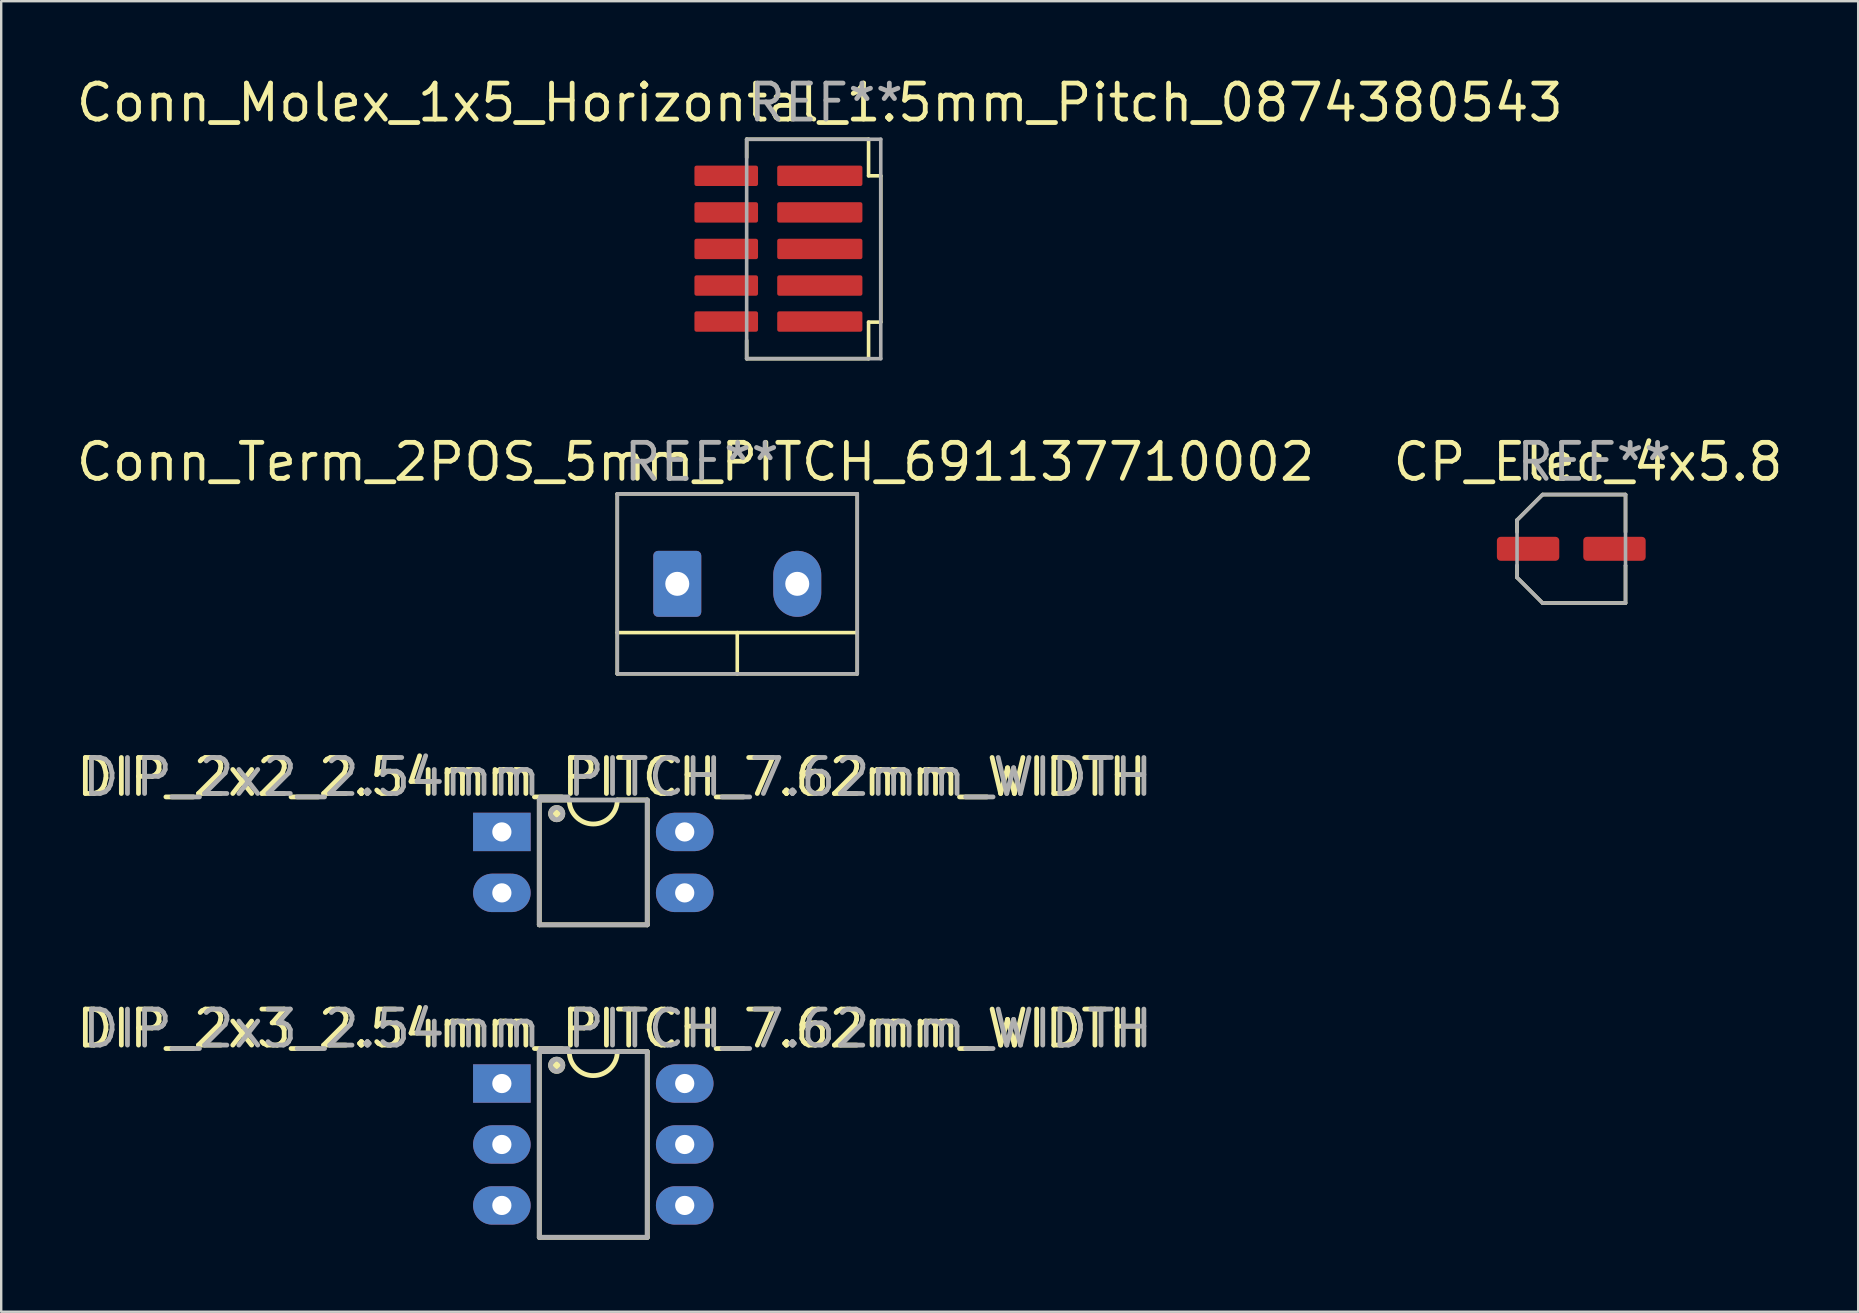
<source format=kicad_pcb>
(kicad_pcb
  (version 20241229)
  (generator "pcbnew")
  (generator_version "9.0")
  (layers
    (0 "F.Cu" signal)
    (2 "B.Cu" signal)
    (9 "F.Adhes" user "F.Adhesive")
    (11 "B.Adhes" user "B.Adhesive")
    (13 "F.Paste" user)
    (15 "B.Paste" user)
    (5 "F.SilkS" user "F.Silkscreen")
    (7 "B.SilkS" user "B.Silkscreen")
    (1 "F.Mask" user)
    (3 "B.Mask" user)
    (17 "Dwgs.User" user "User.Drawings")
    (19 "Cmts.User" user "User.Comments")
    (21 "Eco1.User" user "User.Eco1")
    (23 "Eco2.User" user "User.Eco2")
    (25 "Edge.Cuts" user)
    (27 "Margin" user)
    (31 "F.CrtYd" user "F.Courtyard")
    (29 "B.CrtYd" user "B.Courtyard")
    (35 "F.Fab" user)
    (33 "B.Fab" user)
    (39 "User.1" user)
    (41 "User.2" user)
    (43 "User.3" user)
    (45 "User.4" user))
  (footprint "CP_Elec_4x5.8"
    (layer "F.Cu")
    (at 62.43 19.82)
    (property "Reference" "CP_Elec_4x5.8" (at 0.699 -3.619 0) (layer "F.SilkS") (effects (font (size 1.5 1.5) (thickness 0.2))))
    (attr smd)
    (fp_line (start -2.26 -1.196) (end -2.26 -0.699) (stroke (width 0.15) (type solid)) (layer "F.SilkS"))
    (fp_line (start -2.26 -1.196) (end -1.196 -2.26) (stroke (width 0.15) (type solid)) (layer "F.SilkS"))
    (fp_line (start -2.26 1.196) (end -2.26 0.699) (stroke (width 0.15) (type solid)) (layer "F.SilkS"))
    (fp_line (start -2.26 1.196) (end -1.196 2.26) (stroke (width 0.15) (type solid)) (layer "F.SilkS"))
    (fp_line (start -1.196 -2.26) (end 2.26 -2.26) (stroke (width 0.15) (type solid)) (layer "F.SilkS"))
    (fp_line (start -1.196 2.26) (end 2.26 2.26) (stroke (width 0.15) (type solid)) (layer "F.SilkS"))
    (fp_line (start 2.26 -2.26) (end 2.26 -0.699) (stroke (width 0.15) (type solid)) (layer "F.SilkS"))
    (fp_line (start 2.26 2.26) (end 2.26 0.699) (stroke (width 0.15) (type solid)) (layer "F.SilkS"))
    (fp_line (start -2.26 -1.196) (end -2.26 0.699) (stroke (width 0.15) (type solid)) (layer "F.Fab"))
    (fp_line (start -2.26 -1.196) (end -1.196 -2.26) (stroke (width 0.15) (type solid)) (layer "F.Fab"))
    (fp_line (start -2.26 1.196) (end -2.26 0.699) (stroke (width 0.15) (type solid)) (layer "F.Fab"))
    (fp_line (start -2.26 1.196) (end -1.196 2.26) (stroke (width 0.15) (type solid)) (layer "F.Fab"))
    (fp_line (start -1.196 -2.26) (end 2.26 -2.26) (stroke (width 0.15) (type solid)) (layer "F.Fab"))
    (fp_line (start -1.196 2.26) (end 2.26 2.26) (stroke (width 0.15) (type solid)) (layer "F.Fab"))
    (fp_line (start 2.26 -2.26) (end 2.26 0.699) (stroke (width 0.15) (type solid)) (layer "F.Fab"))
    (fp_line (start 2.26 2.26) (end 2.26 0.699) (stroke (width 0.15) (type solid)) (layer "F.Fab"))
    (fp_text user "REF**" (at 0.953 -3.619 0) (layer "F.Fab") (effects (font (size 1.5 1.5) (thickness 0.2))))
    (pad "1" smd roundrect (at -1.8 0) (size 2.6 1) (layers "F.Cu" "F.Mask" "F.Paste") (roundrect_rratio 0.156))
    (pad "2" smd roundrect (at 1.8 0) (size 2.6 1) (layers "F.Cu" "F.Mask" "F.Paste") (roundrect_rratio 0.156)))
  (footprint "Conn_Term_2POS_5mm_PITCH_691137710002"
    (layer "F.Cu")
    (at 25.174 21.28)
    (property "Reference" "Conn_Term_2POS_5mm_PITCH_691137710002" (at 0.762 -5.08 0) (layer "F.SilkS") (effects (font (size 1.5 1.5) (thickness 0.2))))
    (attr through_hole)
    (fp_line (start -2.5 -3.75) (end -2.5 3.75) (stroke (width 0.15) (type solid)) (layer "F.SilkS"))
    (fp_line (start -2.5 -3.75) (end 7.5 -3.75) (stroke (width 0.15) (type solid)) (layer "F.SilkS"))
    (fp_line (start -2.5 2.032) (end 7.5 2.032) (stroke (width 0.15) (type solid)) (layer "F.SilkS"))
    (fp_line (start -2.5 3.75) (end 7.5 3.75) (stroke (width 0.15) (type solid)) (layer "F.SilkS"))
    (fp_line (start 2.5 2.032) (end 2.5 3.75) (stroke (width 0.15) (type solid)) (layer "F.SilkS"))
    (fp_line (start 7.5 -3.75) (end 7.5 3.75) (stroke (width 0.15) (type solid)) (layer "F.SilkS"))
    (fp_line (start -2.5 -3.75) (end -2.5 3.75) (stroke (width 0.15) (type solid)) (layer "F.Fab"))
    (fp_line (start -2.5 -3.75) (end 7.5 -3.75) (stroke (width 0.15) (type solid)) (layer "F.Fab"))
    (fp_line (start -2.5 3.75) (end 7.5 3.75) (stroke (width 0.15) (type solid)) (layer "F.Fab"))
    (fp_line (start 7.5 -3.75) (end 7.5 3.75) (stroke (width 0.15) (type solid)) (layer "F.Fab"))
    (fp_text user "REF**" (at 1.016 -5.08 0) (layer "F.Fab") (effects (font (size 1.5 1.5) (thickness 0.2))))
    (pad "1" thru_hole roundrect (at 0 0) (size 2 2.75) (drill 1) (layers "*.Cu" "*.Mask") (roundrect_rratio 0.1))
    (pad "2" thru_hole oval (at 5 0) (size 2 2.75) (drill 1) (layers "*.Cu" "*.Mask")))
  (footprint "Conn_Molex_1x5_Horizontal_1.5mm_Pitch_0874380543"
    (layer "F.Cu")
    (at 31.114 5.801)
    (property "Reference" "Conn_Molex_1x5_Horizontal_1.5mm_Pitch_0874380543" (at 0 -4.572 0) (layer "F.SilkS") (effects (font (size 1.5 1.5) (thickness 0.2))))
    (attr through_hole)
    (fp_line (start -3.048 -3.048) (end -3.048 -2.286) (stroke (width 0.15) (type solid)) (layer "F.SilkS"))
    (fp_line (start -3.048 6.096) (end -3.048 5.334) (stroke (width 0.15) (type solid)) (layer "F.SilkS"))
    (fp_line (start 2.032 -3.048) (end -3.048 -3.048) (stroke (width 0.15) (type solid)) (layer "F.SilkS"))
    (fp_line (start 2.032 -1.524) (end 2.032 -3.048) (stroke (width 0.15) (type solid)) (layer "F.SilkS"))
    (fp_line (start 2.032 4.572) (end 2.032 6.096) (stroke (width 0.15) (type solid)) (layer "F.SilkS"))
    (fp_line (start 2.032 6.096) (end -3.048 6.096) (stroke (width 0.15) (type solid)) (layer "F.SilkS"))
    (fp_line (start 2.54 -1.524) (end 2.032 -1.524) (stroke (width 0.15) (type solid)) (layer "F.SilkS"))
    (fp_line (start 2.54 -1.524) (end 2.54 4.572) (stroke (width 0.15) (type solid)) (layer "F.SilkS"))
    (fp_line (start 2.54 4.572) (end 2.032 4.572) (stroke (width 0.15) (type solid)) (layer "F.SilkS"))
    (fp_line (start -3.048 -3.048) (end 2.54 -3.048) (stroke (width 0.15) (type solid)) (layer "F.Fab"))
    (fp_line (start -3.048 6.096) (end -3.048 -3.048) (stroke (width 0.15) (type solid)) (layer "F.Fab"))
    (fp_line (start 2.54 -3.048) (end 2.54 6.096) (stroke (width 0.15) (type solid)) (layer "F.Fab"))
    (fp_line (start 2.54 6.096) (end -3.048 6.096) (stroke (width 0.15) (type solid)) (layer "F.Fab"))
    (fp_text user "REF**" (at 0.254 -4.572 0) (layer "F.Fab") (effects (font (size 1.5 1.5) (thickness 0.2))))
    (pad "" smd roundrect (at 0 -1.524) (size 3.55 0.85) (layers "F.Cu" "F.Mask" "F.Paste") (roundrect_rratio 0.1))
    (pad "" smd roundrect (at 0 0) (size 3.55 0.85) (layers "F.Cu" "F.Mask" "F.Paste") (roundrect_rratio 0.1))
    (pad "" smd roundrect (at 0 1.524) (size 3.55 0.85) (layers "F.Cu" "F.Mask" "F.Paste") (roundrect_rratio 0.1))
    (pad "" smd roundrect (at 0 3.048) (size 3.55 0.85) (layers "F.Cu" "F.Mask" "F.Paste") (roundrect_rratio 0.1))
    (pad "" smd roundrect (at 0 4.548) (size 3.55 0.85) (layers "F.Cu" "F.Mask" "F.Paste") (roundrect_rratio 0.1))
    (pad "1" smd roundrect (at -3.9 4.548) (size 2.65 0.85) (layers "F.Cu" "F.Mask" "F.Paste") (roundrect_rratio 0.1))
    (pad "2" smd roundrect (at -3.9 3.048) (size 2.65 0.85) (layers "F.Cu" "F.Mask" "F.Paste") (roundrect_rratio 0.1))
    (pad "3" smd roundrect (at -3.9 1.524) (size 2.65 0.85) (layers "F.Cu" "F.Mask" "F.Paste") (roundrect_rratio 0.1))
    (pad "4" smd roundrect (at -3.9 0) (size 2.65 0.85) (layers "F.Cu" "F.Mask" "F.Paste") (roundrect_rratio 0.1))
    (pad "5" smd roundrect (at -3.9 -1.524) (size 2.65 0.85) (layers "F.Cu" "F.Mask" "F.Paste") (roundrect_rratio 0.1)))
  (footprint "DIP_2x2_2.54mm_PITCH_7.62mm_WIDTH"
    (layer "F.Cu")
    (at 17.864 31.619)
    (property "Reference" "DIP_2x2_2.54mm_PITCH_7.62mm_WIDTH" (at 4.572 -2.286 0) (layer "F.SilkS") (effects (font (size 1.5 1.5) (thickness 0.2))))
    (attr through_hole)
    (fp_line (start 1.56 -1.33) (end 1.56 3.87) (stroke (width 0.2) (type solid)) (layer "F.SilkS"))
    (fp_line (start 1.56 3.87) (end 6.06 3.87) (stroke (width 0.2) (type solid)) (layer "F.SilkS"))
    (fp_line (start 2.81 -1.33) (end 1.56 -1.33) (stroke (width 0.2) (type solid)) (layer "F.SilkS"))
    (fp_line (start 6.06 -1.33) (end 4.81 -1.33) (stroke (width 0.2) (type solid)) (layer "F.SilkS"))
    (fp_line (start 6.06 3.87) (end 6.06 -1.33) (stroke (width 0.2) (type solid)) (layer "F.SilkS"))
    (fp_arc (start 4.81 -1.33) (mid 3.81 -0.33) (end 2.81 -1.33) (stroke (width 0.2) (type solid)) (layer "F.SilkS"))
    (fp_circle (center 2.286 -0.762) (end 2.54 -0.762) (stroke (width 0.2) (type solid)) (fill no) (layer "F.SilkS"))
    (fp_poly (pts (xy 2.286 -1.016) (xy 2.54 -0.762) (xy 2.286 -0.508) (xy 2.032 -0.762)) (stroke (width 0.1) (type solid)) (fill yes) (layer "F.SilkS"))
    (fp_line (start 1.56 -1.33) (end 1.56 3.87) (stroke (width 0.2) (type solid)) (layer "F.Fab"))
    (fp_line (start 1.56 3.87) (end 6.06 3.87) (stroke (width 0.2) (type solid)) (layer "F.Fab"))
    (fp_line (start 6.06 -1.33) (end 1.56 -1.33) (stroke (width 0.2) (type solid)) (layer "F.Fab"))
    (fp_line (start 6.06 3.87) (end 6.06 -1.33) (stroke (width 0.2) (type solid)) (layer "F.Fab"))
    (fp_circle (center 2.286 -0.762) (end 2.54 -0.762) (stroke (width 0.2) (type solid)) (fill no) (layer "F.Fab"))
    (fp_poly (pts (xy 2.286 -1.016) (xy 2.54 -0.762) (xy 2.286 -0.508) (xy 2.032 -0.762)) (stroke (width 0.1) (type solid)) (fill no) (layer "F.Fab"))
    (fp_text user "${REFERENCE}" (at 4.826 -2.286 180) (layer "F.Fab") (effects (font (size 1.5 1.5) (thickness 0.2))))
    (pad "1" thru_hole rect (at 0 0) (size 2.4 1.6) (drill 0.8) (layers "*.Cu" "*.Mask"))
    (pad "2" thru_hole oval (at 0 2.54) (size 2.4 1.6) (drill 0.8) (layers "*.Cu" "*.Mask"))
    (pad "3" thru_hole oval (at 7.62 2.54) (size 2.4 1.6) (drill 0.8) (layers "*.Cu" "*.Mask"))
    (pad "4" thru_hole oval (at 7.62 0) (size 2.4 1.6) (drill 0.8) (layers "*.Cu" "*.Mask")))
  (footprint "DIP_2x3_2.54mm_PITCH_7.62mm_WIDTH"
    (layer "F.Cu")
    (at 17.864 42.104)
    (property "Reference" "DIP_2x3_2.54mm_PITCH_7.62mm_WIDTH" (at 4.572 -2.286 0) (layer "F.SilkS") (effects (font (size 1.5 1.5) (thickness 0.2))))
    (attr through_hole)
    (fp_line (start 1.56 -1.33) (end 1.56 6.41) (stroke (width 0.2) (type solid)) (layer "F.SilkS"))
    (fp_line (start 1.56 6.41) (end 6.06 6.41) (stroke (width 0.2) (type solid)) (layer "F.SilkS"))
    (fp_line (start 2.81 -1.33) (end 1.56 -1.33) (stroke (width 0.2) (type solid)) (layer "F.SilkS"))
    (fp_line (start 6.06 -1.33) (end 4.81 -1.33) (stroke (width 0.2) (type solid)) (layer "F.SilkS"))
    (fp_line (start 6.06 6.41) (end 6.06 -1.33) (stroke (width 0.2) (type solid)) (layer "F.SilkS"))
    (fp_arc (start 4.81 -1.33) (mid 3.81 -0.33) (end 2.81 -1.33) (stroke (width 0.2) (type solid)) (layer "F.SilkS"))
    (fp_circle (center 2.286 -0.762) (end 2.54 -0.762) (stroke (width 0.2) (type solid)) (fill no) (layer "F.SilkS"))
    (fp_poly (pts (xy 2.286 -1.016) (xy 2.54 -0.762) (xy 2.286 -0.508) (xy 2.032 -0.762)) (stroke (width 0.1) (type solid)) (fill yes) (layer "F.SilkS"))
    (fp_line (start 1.56 -1.33) (end 1.56 6.41) (stroke (width 0.2) (type solid)) (layer "F.Fab"))
    (fp_line (start 1.56 6.41) (end 6.06 6.41) (stroke (width 0.2) (type solid)) (layer "F.Fab"))
    (fp_line (start 6.06 -1.33) (end 1.56 -1.33) (stroke (width 0.2) (type solid)) (layer "F.Fab"))
    (fp_line (start 6.06 6.41) (end 6.06 -1.33) (stroke (width 0.2) (type solid)) (layer "F.Fab"))
    (fp_circle (center 2.286 -0.762) (end 2.54 -0.762) (stroke (width 0.2) (type solid)) (fill no) (layer "F.Fab"))
    (fp_poly (pts (xy 2.286 -1.016) (xy 2.54 -0.762) (xy 2.286 -0.508) (xy 2.032 -0.762)) (stroke (width 0.1) (type solid)) (fill no) (layer "F.Fab"))
    (fp_text user "${REFERENCE}" (at 4.826 -2.286 0) (layer "F.Fab") (effects (font (size 1.5 1.5) (thickness 0.2))))
    (pad "1" thru_hole rect (at 0 0) (size 2.4 1.6) (drill 0.8) (layers "*.Cu" "*.Mask"))
    (pad "2" thru_hole oval (at 0 2.54) (size 2.4 1.6) (drill 0.8) (layers "*.Cu" "*.Mask"))
    (pad "3" thru_hole oval (at 0 5.08) (size 2.4 1.6) (drill 0.8) (layers "*.Cu" "*.Mask"))
    (pad "4" thru_hole oval (at 7.62 5.08) (size 2.4 1.6) (drill 0.8) (layers "*.Cu" "*.Mask"))
    (pad "5" thru_hole oval (at 7.62 2.54) (size 2.4 1.6) (drill 0.8) (layers "*.Cu" "*.Mask"))
    (pad "6" thru_hole oval (at 7.62 0) (size 2.4 1.6) (drill 0.8) (layers "*.Cu" "*.Mask")))
  (gr_rect
    (start -3 -3)
    (end 74.386 51.614)
    (stroke (width 0.1) (type default))
    (fill no)
    (layer "Edge.Cuts")))
</source>
